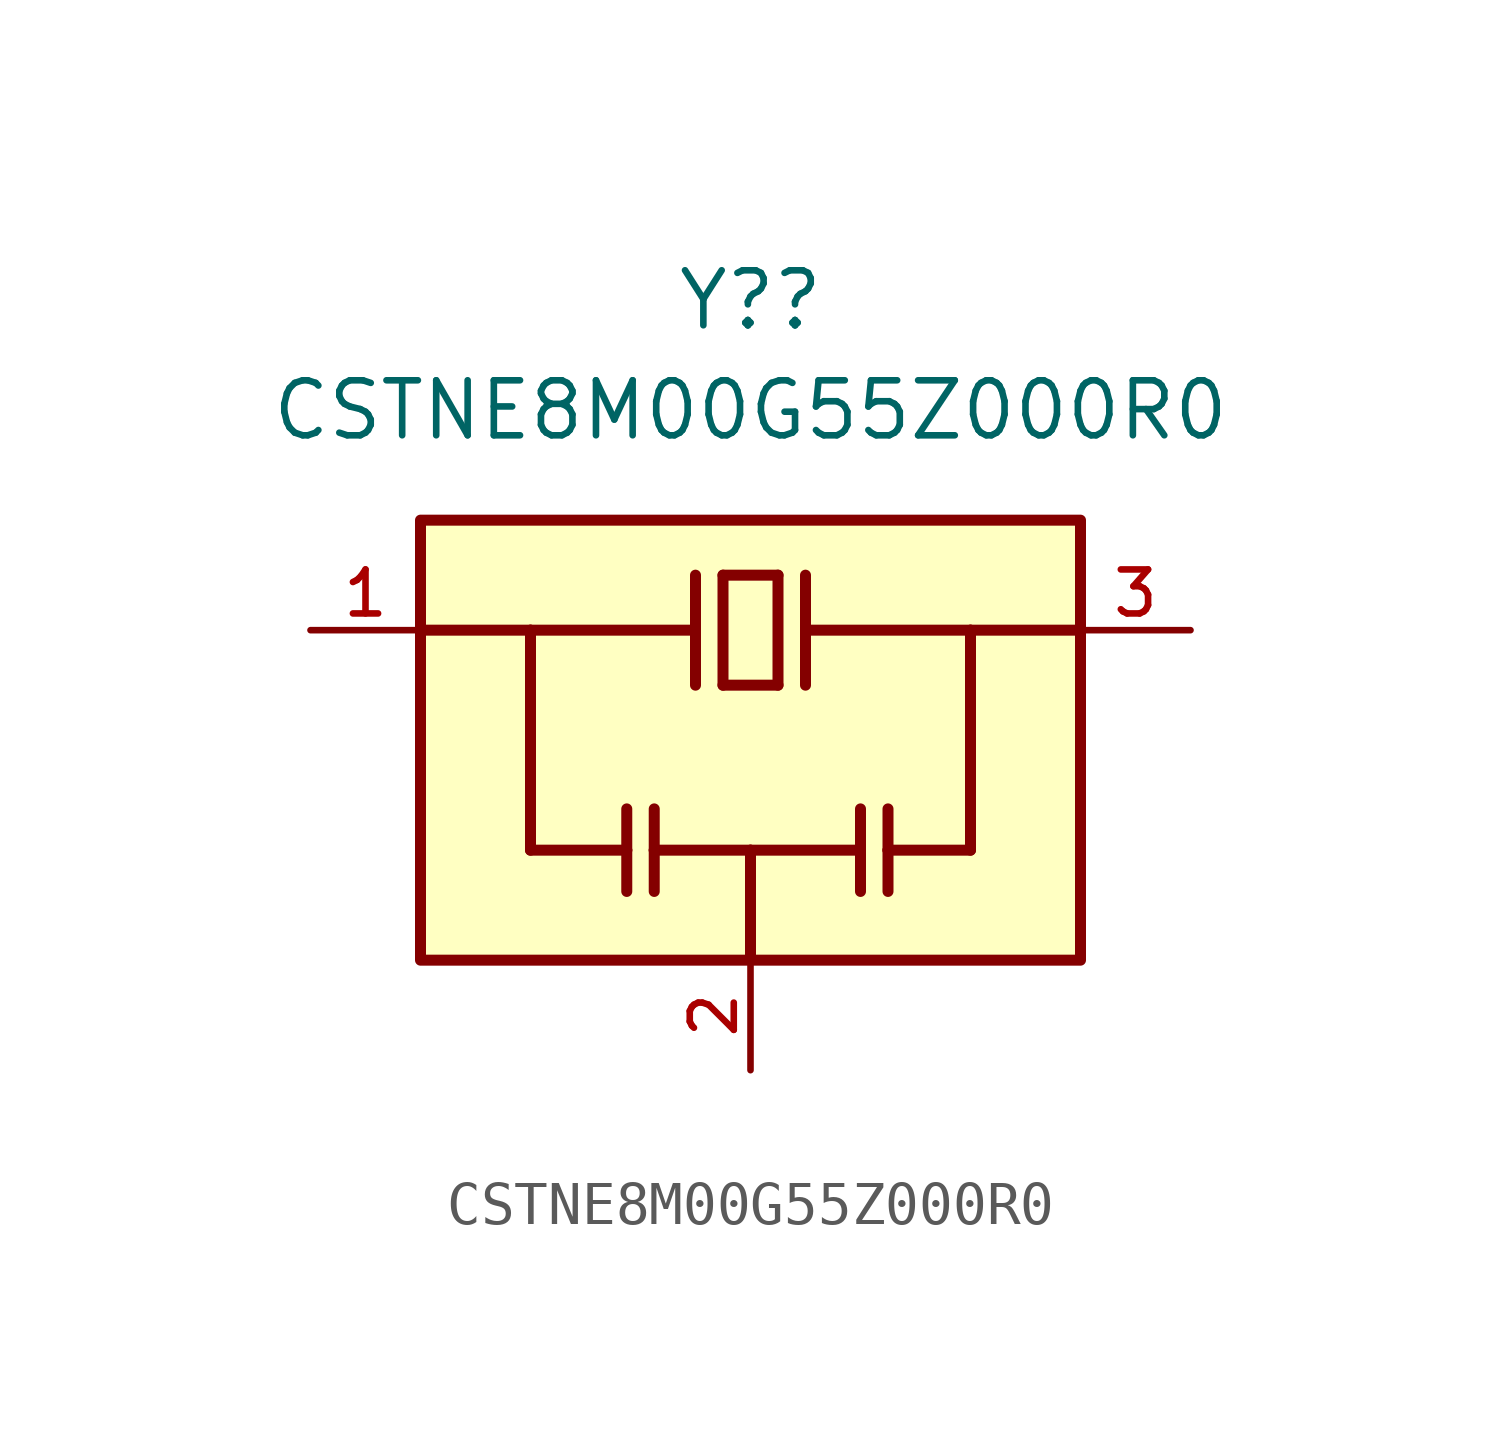
<source format=kicad_sym>
(kicad_symbol_lib
  (version 20211014)
  (generator kicad_symbol_editor)
  (symbol "CSTNE8M00G55Z000R0"
    (pin_names
      (offset 1.016))
    (property "Reference" "Y?"
      (at 0 10.16 0)
      (effects (font (size 1.27 1.27))))
    (property "Value" "CSTNE8M00G55Z000R0"
      (at 0 7.62 0)
      (effects (font (size 1.27 1.27))))
    (symbol "CSTNE8M00G55Z000R0_0_0"
      (rectangle (start -7.62 -5.08) (end 7.62 5.08) (stroke (width 0.254) (type default) (color 0 0 0 0)) (fill (type background)))
      (polyline (pts (xy -7.62 2.54) (xy -5.08 2.54)) (stroke (width 0.254) (type default) (color 0 0 0 0)) (fill (type none)))
      (polyline (pts (xy -5.08 -2.54) (xy -5.08 2.54)) (stroke (width 0.254) (type default) (color 0 0 0 0)) (fill (type none)))
      (polyline (pts (xy -5.08 2.54) (xy -1.27 2.54)) (stroke (width 0.254) (type default) (color 0 0 0 0)) (fill (type none)))
      (polyline (pts (xy -2.857 -2.54) (xy -5.08 -2.54)) (stroke (width 0.254) (type default) (color 0 0 0 0)) (fill (type none)))
      (polyline (pts (xy -2.857 -2.54) (xy -2.857 -3.493)) (stroke (width 0.254) (type default) (color 0 0 0 0)) (fill (type none)))
      (polyline (pts (xy -2.857 -1.587) (xy -2.857 -2.54)) (stroke (width 0.254) (type default) (color 0 0 0 0)) (fill (type none)))
      (polyline (pts (xy -2.223 -2.54) (xy -2.223 -3.493)) (stroke (width 0.254) (type default) (color 0 0 0 0)) (fill (type none)))
      (polyline (pts (xy -2.223 -1.587) (xy -2.223 -2.54)) (stroke (width 0.254) (type default) (color 0 0 0 0)) (fill (type none)))
      (polyline (pts (xy -1.27 2.54) (xy -1.27 1.27)) (stroke (width 0.254) (type default) (color 0 0 0 0)) (fill (type none)))
      (polyline (pts (xy -1.27 3.81) (xy -1.27 2.54)) (stroke (width 0.254) (type default) (color 0 0 0 0)) (fill (type none)))
      (polyline (pts (xy -0.635 1.27) (xy -0.635 3.81)) (stroke (width 0.254) (type default) (color 0 0 0 0)) (fill (type none)))
      (polyline (pts (xy -0.635 3.81) (xy 0.635 3.81)) (stroke (width 0.254) (type default) (color 0 0 0 0)) (fill (type none)))
      (polyline (pts (xy 0 -5.08) (xy 0 -2.54)) (stroke (width 0.254) (type default) (color 0 0 0 0)) (fill (type none)))
      (polyline (pts (xy 0 -2.54) (xy -2.223 -2.54)) (stroke (width 0.254) (type default) (color 0 0 0 0)) (fill (type none)))
      (polyline (pts (xy 0 -2.54) (xy 2.54 -2.54)) (stroke (width 0.254) (type default) (color 0 0 0 0)) (fill (type none)))
      (polyline (pts (xy 0.635 1.27) (xy -0.635 1.27)) (stroke (width 0.254) (type default) (color 0 0 0 0)) (fill (type none)))
      (polyline (pts (xy 0.635 3.81) (xy 0.635 1.27)) (stroke (width 0.254) (type default) (color 0 0 0 0)) (fill (type none)))
      (polyline (pts (xy 1.27 2.54) (xy 1.27 1.27)) (stroke (width 0.254) (type default) (color 0 0 0 0)) (fill (type none)))
      (polyline (pts (xy 1.27 2.54) (xy 5.08 2.54)) (stroke (width 0.254) (type default) (color 0 0 0 0)) (fill (type none)))
      (polyline (pts (xy 1.27 3.81) (xy 1.27 2.54)) (stroke (width 0.254) (type default) (color 0 0 0 0)) (fill (type none)))
      (polyline (pts (xy 2.54 -2.54) (xy 2.54 -3.493)) (stroke (width 0.254) (type default) (color 0 0 0 0)) (fill (type none)))
      (polyline (pts (xy 2.54 -1.587) (xy 2.54 -2.54)) (stroke (width 0.254) (type default) (color 0 0 0 0)) (fill (type none)))
      (polyline (pts (xy 3.175 -2.54) (xy 3.175 -3.493)) (stroke (width 0.254) (type default) (color 0 0 0 0)) (fill (type none)))
      (polyline (pts (xy 3.175 -2.54) (xy 5.08 -2.54)) (stroke (width 0.254) (type default) (color 0 0 0 0)) (fill (type none)))
      (polyline (pts (xy 3.175 -1.587) (xy 3.175 -2.54)) (stroke (width 0.254) (type default) (color 0 0 0 0)) (fill (type none)))
      (polyline (pts (xy 5.08 -2.54) (xy 5.08 2.54)) (stroke (width 0.254) (type default) (color 0 0 0 0)) (fill (type none)))
      (polyline (pts (xy 5.08 2.54) (xy 7.62 2.54)) (stroke (width 0.254) (type default) (color 0 0 0 0)) (fill (type none)))
      (pin input line (at -10.16 2.54 0) (length 2.54) (name "~" (effects (font (size 1.016 1.016)))) (number "1" (effects (font (size 1.016 1.016)))))
      (pin power_in line (at 0 -7.62 90) (length 2.54) (name "~" (effects (font (size 1.016 1.016)))) (number "2" (effects (font (size 1.016 1.016)))))
      (pin output line (at 10.16 2.54 180) (length 2.54) (name "~" (effects (font (size 1.016 1.016)))) (number "3" (effects (font (size 1.016 1.016))))))))
</source>
